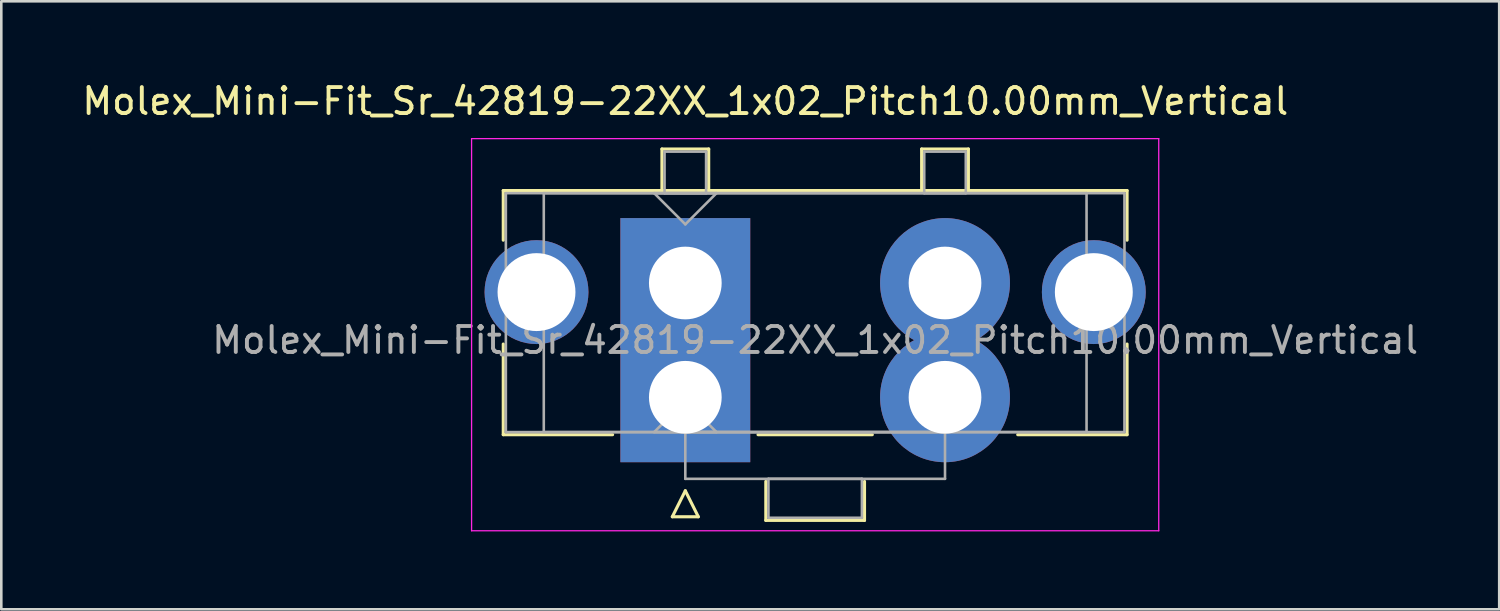
<source format=kicad_pcb>
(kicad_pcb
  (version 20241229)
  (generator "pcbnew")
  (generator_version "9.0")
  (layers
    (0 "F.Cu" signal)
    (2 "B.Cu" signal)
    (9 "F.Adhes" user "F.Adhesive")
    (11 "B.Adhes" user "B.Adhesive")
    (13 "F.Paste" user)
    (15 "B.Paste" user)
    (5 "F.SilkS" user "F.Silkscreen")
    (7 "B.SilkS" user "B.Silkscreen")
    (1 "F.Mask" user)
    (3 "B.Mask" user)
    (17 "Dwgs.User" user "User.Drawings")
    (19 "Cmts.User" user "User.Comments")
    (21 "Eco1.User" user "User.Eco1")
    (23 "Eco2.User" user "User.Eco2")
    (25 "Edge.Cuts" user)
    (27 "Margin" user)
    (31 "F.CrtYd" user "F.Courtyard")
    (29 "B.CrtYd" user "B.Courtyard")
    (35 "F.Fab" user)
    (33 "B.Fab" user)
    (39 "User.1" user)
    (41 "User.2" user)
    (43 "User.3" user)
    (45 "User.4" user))
  (footprint "Molex_Mini-Fit_Sr_42819-22XX_1x02_Pitch10.00mm_Vertical"
    (layer "F.Cu")
    (at 23.339 7.848)
    (property "Reference" "Molex_Mini-Fit_Sr_42819-22XX_1x02_Pitch10.00mm_Vertical" (at 0 -7 0) (layer "F.SilkS") (effects (font (size 1 1) (thickness 0.15))))
    (attr through_hole)
    (fp_line (start -7.01 -3.56) (end -7.01 -1.65) (stroke (width 0.12) (type solid)) (layer "F.SilkS"))
    (fp_line (start -7.01 2.35) (end -7.01 5.84) (stroke (width 0.12) (type solid)) (layer "F.SilkS"))
    (fp_line (start -7.01 5.84) (end -2.8 5.84) (stroke (width 0.12) (type solid)) (layer "F.SilkS"))
    (fp_line (start -0.9 -5.16) (end 0.9 -5.16) (stroke (width 0.12) (type solid)) (layer "F.SilkS"))
    (fp_line (start -0.9 -3.56) (end -0.9 -5.16) (stroke (width 0.12) (type solid)) (layer "F.SilkS"))
    (fp_line (start -0.5 9) (end 0 8) (stroke (width 0.12) (type solid)) (layer "F.SilkS"))
    (fp_line (start 0 8) (end 0.5 9) (stroke (width 0.12) (type solid)) (layer "F.SilkS"))
    (fp_line (start 0.5 9) (end -0.5 9) (stroke (width 0.12) (type solid)) (layer "F.SilkS"))
    (fp_line (start 0.9 -5.16) (end 0.9 -3.56) (stroke (width 0.12) (type solid)) (layer "F.SilkS"))
    (fp_line (start 0.9 -3.56) (end -0.9 -3.56) (stroke (width 0.12) (type solid)) (layer "F.SilkS"))
    (fp_line (start 2.8 5.84) (end 7.2 5.84) (stroke (width 0.12) (type solid)) (layer "F.SilkS"))
    (fp_line (start 3.1 7.64) (end 3.1 9.14) (stroke (width 0.12) (type solid)) (layer "F.SilkS"))
    (fp_line (start 3.1 9.14) (end 6.9 9.14) (stroke (width 0.12) (type solid)) (layer "F.SilkS"))
    (fp_line (start 5 -3.56) (end -7.01 -3.56) (stroke (width 0.12) (type solid)) (layer "F.SilkS"))
    (fp_line (start 5 -3.56) (end 17.01 -3.56) (stroke (width 0.12) (type solid)) (layer "F.SilkS"))
    (fp_line (start 6.9 9.14) (end 6.9 7.64) (stroke (width 0.12) (type solid)) (layer "F.SilkS"))
    (fp_line (start 9.1 -5.16) (end 10.9 -5.16) (stroke (width 0.12) (type solid)) (layer "F.SilkS"))
    (fp_line (start 9.1 -3.56) (end 9.1 -5.16) (stroke (width 0.12) (type solid)) (layer "F.SilkS"))
    (fp_line (start 10.9 -5.16) (end 10.9 -3.56) (stroke (width 0.12) (type solid)) (layer "F.SilkS"))
    (fp_line (start 10.9 -3.56) (end 9.1 -3.56) (stroke (width 0.12) (type solid)) (layer "F.SilkS"))
    (fp_line (start 17.01 -3.56) (end 17.01 -1.65) (stroke (width 0.12) (type solid)) (layer "F.SilkS"))
    (fp_line (start 17.01 2.35) (end 17.01 5.84) (stroke (width 0.12) (type solid)) (layer "F.SilkS"))
    (fp_line (start 17.01 5.84) (end 12.8 5.84) (stroke (width 0.12) (type solid)) (layer "F.SilkS"))
    (fp_line (start -8.23 -5.56) (end -8.23 9.54) (stroke (width 0.05) (type solid)) (layer "F.CrtYd"))
    (fp_line (start -8.23 9.54) (end 18.23 9.54) (stroke (width 0.05) (type solid)) (layer "F.CrtYd"))
    (fp_line (start 18.23 -5.56) (end -8.23 -5.56) (stroke (width 0.05) (type solid)) (layer "F.CrtYd"))
    (fp_line (start 18.23 9.54) (end 18.23 -5.56) (stroke (width 0.05) (type solid)) (layer "F.CrtYd"))
    (fp_line (start -6.91 -3.46) (end -6.91 5.74) (stroke (width 0.1) (type solid)) (layer "F.Fab"))
    (fp_line (start -6.91 5.74) (end 16.91 5.74) (stroke (width 0.1) (type solid)) (layer "F.Fab"))
    (fp_line (start -5.45 -3.46) (end -5.45 5.74) (stroke (width 0.1) (type solid)) (layer "F.Fab"))
    (fp_line (start -5.45 5.74) (end 15.45 5.74) (stroke (width 0.1) (type solid)) (layer "F.Fab"))
    (fp_line (start -1.2 -3.46) (end 0 -2.26) (stroke (width 0.1) (type solid)) (layer "F.Fab"))
    (fp_line (start -1.2 5.74) (end 0 4.54) (stroke (width 0.1) (type solid)) (layer "F.Fab"))
    (fp_line (start -0.8 -5.06) (end 0.8 -5.06) (stroke (width 0.1) (type solid)) (layer "F.Fab"))
    (fp_line (start -0.8 -3.46) (end -0.8 -5.06) (stroke (width 0.1) (type solid)) (layer "F.Fab"))
    (fp_line (start 0 -2.26) (end 1.2 -3.46) (stroke (width 0.1) (type solid)) (layer "F.Fab"))
    (fp_line (start 0 4.54) (end 1.2 5.74) (stroke (width 0.1) (type solid)) (layer "F.Fab"))
    (fp_line (start 0 5.74) (end 0 7.54) (stroke (width 0.1) (type solid)) (layer "F.Fab"))
    (fp_line (start 0 7.54) (end 10 7.54) (stroke (width 0.1) (type solid)) (layer "F.Fab"))
    (fp_line (start 0.8 -5.06) (end 0.8 -3.46) (stroke (width 0.1) (type solid)) (layer "F.Fab"))
    (fp_line (start 0.8 -3.46) (end -0.8 -3.46) (stroke (width 0.1) (type solid)) (layer "F.Fab"))
    (fp_line (start 1.2 -3.46) (end -1.2 -3.46) (stroke (width 0.1) (type solid)) (layer "F.Fab"))
    (fp_line (start 1.2 5.74) (end -1.2 5.74) (stroke (width 0.1) (type solid)) (layer "F.Fab"))
    (fp_line (start 3.2 7.54) (end 3.2 9.04) (stroke (width 0.1) (type solid)) (layer "F.Fab"))
    (fp_line (start 3.2 9.04) (end 6.8 9.04) (stroke (width 0.1) (type solid)) (layer "F.Fab"))
    (fp_line (start 6.8 7.54) (end 3.2 7.54) (stroke (width 0.1) (type solid)) (layer "F.Fab"))
    (fp_line (start 6.8 9.04) (end 6.8 7.54) (stroke (width 0.1) (type solid)) (layer "F.Fab"))
    (fp_line (start 9.2 -5.06) (end 10.8 -5.06) (stroke (width 0.1) (type solid)) (layer "F.Fab"))
    (fp_line (start 9.2 -3.46) (end 9.2 -5.06) (stroke (width 0.1) (type solid)) (layer "F.Fab"))
    (fp_line (start 10 5.74) (end 0 5.74) (stroke (width 0.1) (type solid)) (layer "F.Fab"))
    (fp_line (start 10 7.54) (end 10 5.74) (stroke (width 0.1) (type solid)) (layer "F.Fab"))
    (fp_line (start 10.8 -5.06) (end 10.8 -3.46) (stroke (width 0.1) (type solid)) (layer "F.Fab"))
    (fp_line (start 10.8 -3.46) (end 9.2 -3.46) (stroke (width 0.1) (type solid)) (layer "F.Fab"))
    (fp_line (start 15.45 -3.46) (end -5.45 -3.46) (stroke (width 0.1) (type solid)) (layer "F.Fab"))
    (fp_line (start 15.45 5.74) (end 15.45 -3.46) (stroke (width 0.1) (type solid)) (layer "F.Fab"))
    (fp_line (start 16.91 -3.46) (end -6.91 -3.46) (stroke (width 0.1) (type solid)) (layer "F.Fab"))
    (fp_line (start 16.91 5.74) (end 16.91 -3.46) (stroke (width 0.1) (type solid)) (layer "F.Fab"))
    (fp_text user "${REFERENCE}" (at 5 2.2 0) (layer "F.Fab") (effects (font (size 1 1) (thickness 0.15))))
    (pad "" thru_hole circle (at -5.73 0.35) (size 4 4) (drill 3) (layers "*.Cu" "*.Mask"))
    (pad "" thru_hole circle (at 15.73 0.35) (size 4 4) (drill 3) (layers "*.Cu" "*.Mask"))
    (pad "1" thru_hole rect (at 0 0) (size 5 5) (drill 2.8) (layers "*.Cu" "*.Mask"))
    (pad "1" thru_hole rect (at 0 4.4) (size 5 5) (drill 2.8) (layers "*.Cu" "*.Mask"))
    (pad "2" thru_hole circle (at 10 0) (size 5 5) (drill 2.8) (layers "*.Cu" "*.Mask"))
    (pad "2" thru_hole circle (at 10 4.4) (size 5 5) (drill 2.8) (layers "*.Cu" "*.Mask")))
  (gr_rect
    (start -3 -3)
    (end 54.679 20.413)
    (stroke (width 0.1) (type default))
    (fill no)
    (layer "Edge.Cuts")))
</source>
